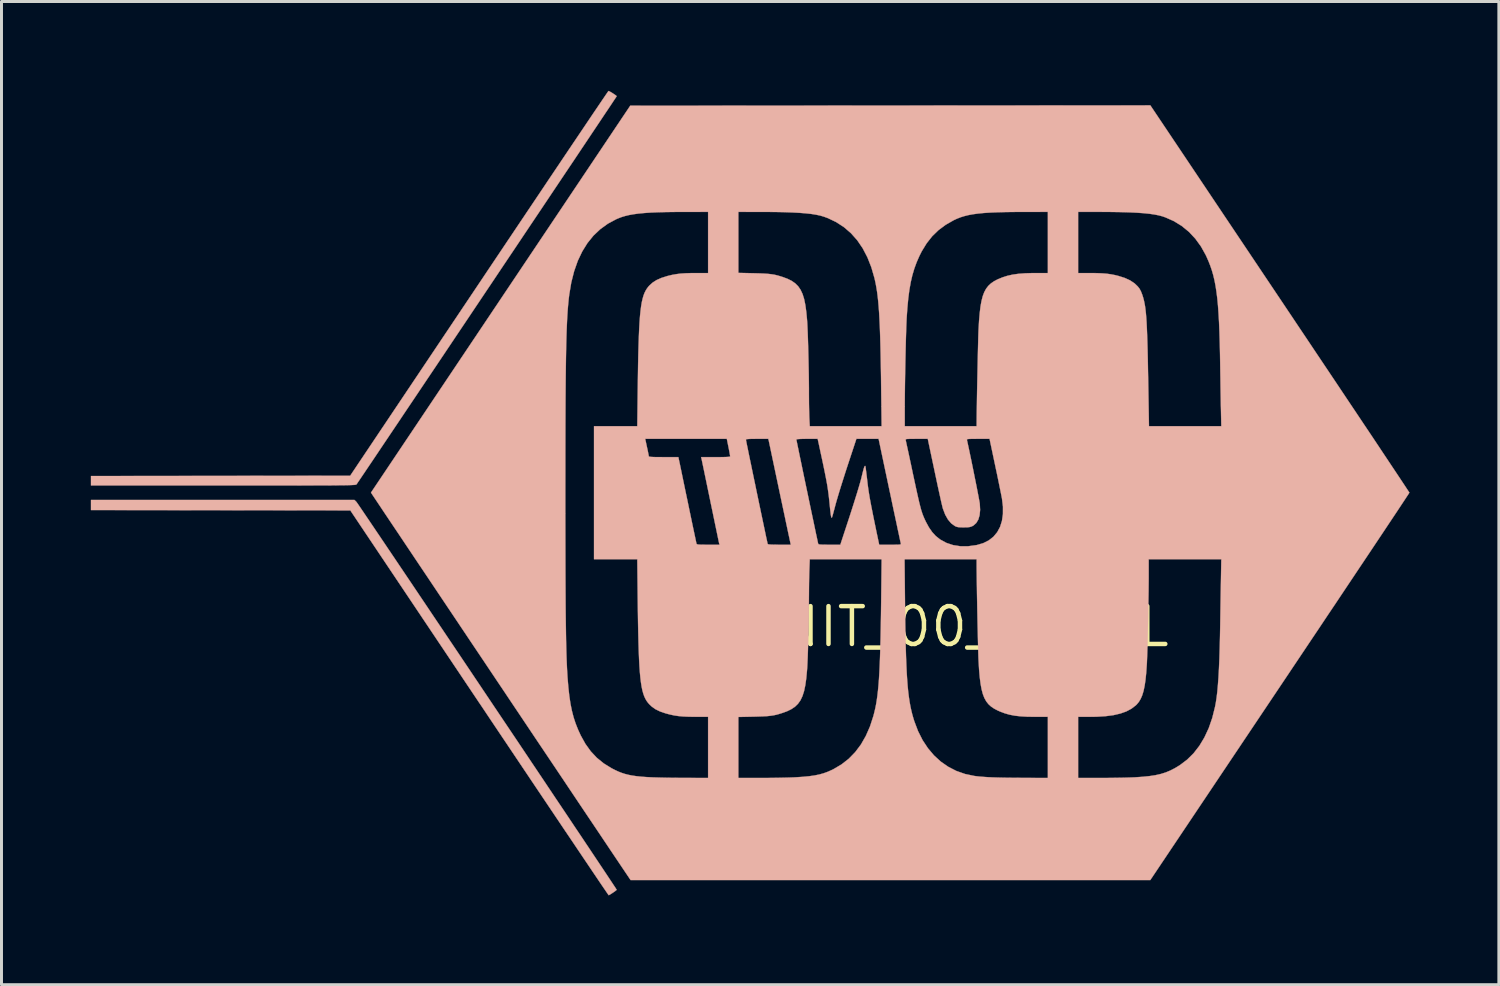
<source format=kicad_pcb>
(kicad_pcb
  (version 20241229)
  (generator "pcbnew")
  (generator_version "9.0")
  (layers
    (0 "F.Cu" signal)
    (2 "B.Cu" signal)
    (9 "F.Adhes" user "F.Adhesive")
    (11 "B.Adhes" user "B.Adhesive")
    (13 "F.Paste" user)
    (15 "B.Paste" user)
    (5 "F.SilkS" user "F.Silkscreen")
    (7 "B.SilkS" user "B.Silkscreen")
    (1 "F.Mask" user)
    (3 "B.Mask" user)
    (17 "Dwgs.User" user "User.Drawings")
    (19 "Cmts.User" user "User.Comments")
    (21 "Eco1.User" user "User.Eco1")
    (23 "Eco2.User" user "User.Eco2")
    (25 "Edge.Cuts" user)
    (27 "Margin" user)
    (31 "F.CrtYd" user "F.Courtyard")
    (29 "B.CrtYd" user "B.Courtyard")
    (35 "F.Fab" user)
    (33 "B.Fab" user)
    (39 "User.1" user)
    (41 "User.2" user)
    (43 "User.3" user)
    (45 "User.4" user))
  (footprint "UNIT_00_DECAL"
    (layer "F.Cu")
    (at 29.003 17.993)
    (property "Reference" "UNIT_00_DECAL" (at 0 0 0) (layer "F.SilkS") (effects (font (size 1.27 1.27) (thickness 0.15))))
    (attr through_hole)
    (fp_poly (pts (xy -20.09 -4.196) (xy -20.075 -4.176) (xy -20.037 -4.122) (xy -19.978 -4.036) (xy -19.899 -3.919) (xy -19.8 -3.773) (xy -19.683 -3.6) (xy -19.548 -3.4) (xy -19.397 -3.176) (xy -19.23 -2.929) (xy -19.049 -2.66) (xy -18.854 -2.371) (xy -18.647 -2.063) (xy -18.428 -1.738) (xy -18.199 -1.398) (xy -17.961 -1.043) (xy -17.714 -0.676) (xy -17.46 -0.297) (xy -17.199 0.091) (xy -16.933 0.487) (xy -16.662 0.89) (xy -16.388 1.298) (xy -16.112 1.71) (xy -15.834 2.124) (xy -15.556 2.539) (xy -15.278 2.953) (xy -15.002 3.364) (xy -14.728 3.772) (xy -14.458 4.175) (xy -14.193 4.571) (xy -13.933 4.958) (xy -13.68 5.336) (xy -13.435 5.703) (xy -13.198 6.056) (xy -12.97 6.396) (xy -12.754 6.72) (xy -12.548 7.026) (xy -12.356 7.314) (xy -12.177 7.582) (xy -12.013 7.828) (xy -11.864 8.051) (xy -11.732 8.249) (xy -11.618 8.421) (xy -11.522 8.565) (xy -11.446 8.68) (xy -11.39 8.764) (xy -11.357 8.817) (xy -11.345 8.835) (xy -11.362 8.852) (xy -11.403 8.884) (xy -11.459 8.923) (xy -11.519 8.963) (xy -11.572 8.996) (xy -11.607 9.015) (xy -11.614 9.017) (xy -11.627 9) (xy -11.663 8.948) (xy -11.72 8.864) (xy -11.799 8.749) (xy -11.898 8.603) (xy -12.016 8.428) (xy -12.153 8.225) (xy -12.307 7.996) (xy -12.479 7.741) (xy -12.666 7.463) (xy -12.869 7.161) (xy -13.087 6.838) (xy -13.318 6.494) (xy -13.562 6.131) (xy -13.818 5.75) (xy -14.085 5.353) (xy -14.362 4.94) (xy -14.649 4.512) (xy -14.944 4.072) (xy -15.248 3.619) (xy -15.558 3.157) (xy -15.874 2.684) (xy -15.961 2.556) (xy -20.29 -3.905) (xy -28.998 -3.916) (xy -28.998 -4.255) (xy -20.151 -4.255) (xy -20.09 -4.196)) (stroke (width 0.01) (type solid)) (fill yes) (layer "B.SilkS"))
    (fp_poly (pts (xy -11.597 -17.98) (xy -11.55 -17.954) (xy -11.491 -17.919) (xy -11.43 -17.879) (xy -11.379 -17.844) (xy -11.349 -17.819) (xy -11.345 -17.813) (xy -11.357 -17.794) (xy -11.391 -17.743) (xy -11.447 -17.659) (xy -11.523 -17.544) (xy -11.619 -17.4) (xy -11.734 -17.229) (xy -11.866 -17.031) (xy -12.015 -16.808) (xy -12.179 -16.563) (xy -12.358 -16.295) (xy -12.55 -16.008) (xy -12.755 -15.701) (xy -12.972 -15.378) (xy -13.199 -15.039) (xy -13.436 -14.685) (xy -13.681 -14.319) (xy -13.934 -13.941) (xy -14.194 -13.554) (xy -14.459 -13.158) (xy -14.728 -12.756) (xy -15.002 -12.348) (xy -15.278 -11.936) (xy -15.555 -11.522) (xy -15.833 -11.108) (xy -16.11 -10.694) (xy -16.386 -10.282) (xy -16.66 -9.874) (xy -16.93 -9.471) (xy -17.196 -9.074) (xy -17.456 -8.686) (xy -17.71 -8.308) (xy -17.957 -7.94) (xy -18.195 -7.585) (xy -18.424 -7.245) (xy -18.642 -6.919) (xy -18.849 -6.611) (xy -19.043 -6.322) (xy -19.224 -6.053) (xy -19.39 -5.805) (xy -19.541 -5.58) (xy -19.676 -5.38) (xy -19.793 -5.206) (xy -19.892 -5.059) (xy -19.971 -4.942) (xy -20.03 -4.855) (xy -20.067 -4.8) (xy -20.082 -4.779) (xy -20.082 -4.778) (xy -20.087 -4.774) (xy -20.097 -4.77) (xy -20.111 -4.767) (xy -20.134 -4.763) (xy -20.165 -4.76) (xy -20.207 -4.758) (xy -20.261 -4.755) (xy -20.329 -4.753) (xy -20.413 -4.751) (xy -20.515 -4.749) (xy -20.636 -4.748) (xy -20.777 -4.747) (xy -20.941 -4.745) (xy -21.13 -4.744) (xy -21.344 -4.744) (xy -21.586 -4.743) (xy -21.857 -4.743) (xy -22.159 -4.742) (xy -22.494 -4.742) (xy -22.863 -4.742) (xy -23.268 -4.741) (xy -23.711 -4.741) (xy -24.194 -4.741) (xy -24.557 -4.741) (xy -28.998 -4.741) (xy -28.998 -5.059) (xy -20.294 -5.069) (xy -15.967 -11.525) (xy -15.649 -12) (xy -15.337 -12.465) (xy -15.032 -12.92) (xy -14.734 -13.364) (xy -14.445 -13.795) (xy -14.165 -14.212) (xy -13.895 -14.614) (xy -13.637 -15) (xy -13.389 -15.368) (xy -13.155 -15.717) (xy -12.934 -16.046) (xy -12.727 -16.353) (xy -12.535 -16.638) (xy -12.359 -16.9) (xy -12.2 -17.136) (xy -12.058 -17.346) (xy -11.934 -17.529) (xy -11.83 -17.683) (xy -11.746 -17.807) (xy -11.683 -17.899) (xy -11.641 -17.96) (xy -11.622 -17.987) (xy -11.621 -17.988) (xy -11.597 -17.98)) (stroke (width 0.01) (type solid)) (fill yes) (layer "B.SilkS"))
    (fp_poly (pts (xy 10.923 -11.015) (xy 11.242 -10.539) (xy 11.554 -10.072) (xy 11.86 -9.616) (xy 12.158 -9.17) (xy 12.448 -8.737) (xy 12.728 -8.319) (xy 12.998 -7.915) (xy 13.257 -7.527) (xy 13.505 -7.157) (xy 13.739 -6.806) (xy 13.961 -6.475) (xy 14.168 -6.165) (xy 14.359 -5.877) (xy 14.535 -5.613) (xy 14.694 -5.374) (xy 14.836 -5.161) (xy 14.959 -4.976) (xy 15.063 -4.819) (xy 15.147 -4.692) (xy 15.21 -4.596) (xy 15.252 -4.533) (xy 15.271 -4.502) (xy 15.272 -4.5) (xy 15.26 -4.481) (xy 15.226 -4.428) (xy 15.169 -4.342) (xy 15.092 -4.225) (xy 14.994 -4.077) (xy 14.877 -3.9) (xy 14.741 -3.696) (xy 14.587 -3.465) (xy 14.417 -3.209) (xy 14.23 -2.929) (xy 14.028 -2.626) (xy 13.811 -2.301) (xy 13.58 -1.956) (xy 13.337 -1.592) (xy 13.081 -1.209) (xy 12.815 -0.81) (xy 12.537 -0.396) (xy 12.251 0.033) (xy 11.955 0.474) (xy 11.652 0.927) (xy 11.341 1.391) (xy 11.024 1.865) (xy 10.922 2.017) (xy 6.572 8.509) (xy -2.153 8.509) (xy -10.878 8.509) (xy -11.564 7.488) (xy -11.641 7.372) (xy -11.739 7.226) (xy -11.857 7.05) (xy -11.993 6.847) (xy -12.146 6.619) (xy -12.316 6.366) (xy -12.5 6.092) (xy -12.698 5.797) (xy -12.908 5.483) (xy -13.129 5.152) (xy -13.361 4.806) (xy -13.602 4.447) (xy -13.851 4.076) (xy -14.107 3.695) (xy -14.368 3.305) (xy -14.633 2.909) (xy -14.902 2.508) (xy -15.172 2.104) (xy -15.444 1.699) (xy -15.715 1.294) (xy -15.985 0.891) (xy -16.253 0.492) (xy -16.516 0.099) (xy -16.775 -0.288) (xy -17.028 -0.665) (xy -17.273 -1.031) (xy -17.51 -1.385) (xy -17.737 -1.724) (xy -17.954 -2.047) (xy -18.159 -2.353) (xy -18.351 -2.64) (xy -18.528 -2.905) (xy -18.69 -3.147) (xy -18.836 -3.364) (xy -18.964 -3.555) (xy -19.073 -3.718) (xy -19.162 -3.851) (xy -19.23 -3.953) (xy -19.275 -4.021) (xy -19.277 -4.024) (xy -19.523 -4.392) (xy -13.07 -4.392) (xy -13.07 -3.8) (xy -13.069 -3.249) (xy -13.068 -2.737) (xy -13.067 -2.261) (xy -13.066 -1.821) (xy -13.064 -1.414) (xy -13.062 -1.039) (xy -13.06 -0.693) (xy -13.057 -0.375) (xy -13.053 -0.084) (xy -13.049 0.183) (xy -13.045 0.428) (xy -13.04 0.651) (xy -13.035 0.856) (xy -13.029 1.044) (xy -13.022 1.216) (xy -13.015 1.374) (xy -13.007 1.521) (xy -12.999 1.657) (xy -12.995 1.714) (xy -12.968 2.039) (xy -12.936 2.328) (xy -12.897 2.588) (xy -12.849 2.825) (xy -12.792 3.045) (xy -12.723 3.254) (xy -12.641 3.46) (xy -12.553 3.652) (xy -12.396 3.935) (xy -12.217 4.184) (xy -12.013 4.402) (xy -11.78 4.591) (xy -11.515 4.755) (xy -11.393 4.817) (xy -11.29 4.865) (xy -11.186 4.906) (xy -11.077 4.942) (xy -10.961 4.972) (xy -10.833 4.998) (xy -10.69 5.019) (xy -10.528 5.036) (xy -10.344 5.05) (xy -10.135 5.06) (xy -9.895 5.067) (xy -9.623 5.073) (xy -9.315 5.076) (xy -9.107 5.077) (xy -8.276 5.08) (xy -8.276 3.032) (xy -7.26 3.032) (xy -7.26 5.08) (xy -6.493 5.08) (xy -6.296 5.079) (xy -6.094 5.077) (xy -5.896 5.074) (xy -5.71 5.07) (xy -5.545 5.066) (xy -5.409 5.061) (xy -5.345 5.058) (xy -5.098 5.042) (xy -4.886 5.022) (xy -4.703 4.996) (xy -4.541 4.963) (xy -4.394 4.922) (xy -4.254 4.871) (xy -4.114 4.808) (xy -4.069 4.786) (xy -3.798 4.626) (xy -3.554 4.436) (xy -3.337 4.213) (xy -3.145 3.958) (xy -2.98 3.67) (xy -2.839 3.349) (xy -2.724 2.994) (xy -2.69 2.86) (xy -2.661 2.736) (xy -2.635 2.605) (xy -2.612 2.465) (xy -2.591 2.314) (xy -2.572 2.149) (xy -2.555 1.967) (xy -2.539 1.765) (xy -2.526 1.543) (xy -2.514 1.296) (xy -2.503 1.023) (xy -2.494 0.721) (xy -2.485 0.387) (xy -2.478 0.019) (xy -2.471 -0.385) (xy -2.465 -0.828) (xy -2.463 -1) (xy -2.449 -2.265) (xy -1.679 -2.265) (xy -1.665 -0.905) (xy -1.66 -0.447) (xy -1.654 -0.03) (xy -1.647 0.351) (xy -1.639 0.696) (xy -1.629 1.01) (xy -1.618 1.294) (xy -1.606 1.552) (xy -1.591 1.784) (xy -1.575 1.995) (xy -1.556 2.187) (xy -1.534 2.362) (xy -1.51 2.523) (xy -1.483 2.672) (xy -1.453 2.812) (xy -1.42 2.946) (xy -1.383 3.076) (xy -1.352 3.175) (xy -1.226 3.508) (xy -1.073 3.811) (xy -0.893 4.083) (xy -0.689 4.324) (xy -0.461 4.532) (xy -0.21 4.706) (xy 0.061 4.845) (xy 0.353 4.947) (xy 0.663 5.012) (xy 0.699 5.017) (xy 0.819 5.031) (xy 0.95 5.042) (xy 1.096 5.052) (xy 1.261 5.06) (xy 1.449 5.066) (xy 1.665 5.071) (xy 1.914 5.074) (xy 2.199 5.076) (xy 2.302 5.077) (xy 3.133 5.08) (xy 3.133 3.027) (xy 4.149 3.027) (xy 4.149 5.08) (xy 4.895 5.08) (xy 5.091 5.079) (xy 5.294 5.077) (xy 5.494 5.074) (xy 5.682 5.071) (xy 5.85 5.066) (xy 5.989 5.061) (xy 6.042 5.059) (xy 6.309 5.041) (xy 6.541 5.018) (xy 6.744 4.987) (xy 6.925 4.946) (xy 7.091 4.894) (xy 7.248 4.829) (xy 7.402 4.749) (xy 7.562 4.652) (xy 7.572 4.645) (xy 7.811 4.464) (xy 8.028 4.249) (xy 8.221 4) (xy 8.39 3.718) (xy 8.535 3.407) (xy 8.653 3.065) (xy 8.745 2.697) (xy 8.773 2.551) (xy 8.799 2.38) (xy 8.823 2.182) (xy 8.843 1.956) (xy 8.862 1.698) (xy 8.878 1.408) (xy 8.892 1.083) (xy 8.903 0.721) (xy 8.913 0.321) (xy 8.921 -0.116) (xy 8.924 -0.335) (xy 8.928 -0.576) (xy 8.932 -0.826) (xy 8.936 -1.075) (xy 8.94 -1.31) (xy 8.944 -1.518) (xy 8.945 -1.582) (xy 8.957 -2.265) (xy 6.519 -2.265) (xy 6.519 -1.783) (xy 6.519 -1.612) (xy 6.517 -1.413) (xy 6.515 -1.192) (xy 6.511 -0.954) (xy 6.507 -0.705) (xy 6.503 -0.448) (xy 6.498 -0.19) (xy 6.492 0.064) (xy 6.486 0.31) (xy 6.481 0.541) (xy 6.475 0.753) (xy 6.469 0.941) (xy 6.463 1.1) (xy 6.458 1.224) (xy 6.455 1.27) (xy 6.436 1.546) (xy 6.412 1.783) (xy 6.382 1.986) (xy 6.346 2.158) (xy 6.302 2.303) (xy 6.249 2.425) (xy 6.187 2.528) (xy 6.114 2.615) (xy 6.083 2.644) (xy 5.939 2.754) (xy 5.769 2.845) (xy 5.569 2.916) (xy 5.339 2.97) (xy 5.075 3.005) (xy 4.775 3.024) (xy 4.577 3.027) (xy 4.149 3.027) (xy 3.133 3.027) (xy 2.691 3.027) (xy 2.435 3.023) (xy 2.213 3.01) (xy 2.018 2.988) (xy 1.843 2.954) (xy 1.68 2.907) (xy 1.522 2.847) (xy 1.45 2.815) (xy 1.331 2.753) (xy 1.228 2.684) (xy 1.139 2.603) (xy 1.064 2.508) (xy 1.001 2.395) (xy 0.949 2.26) (xy 0.907 2.1) (xy 0.873 1.913) (xy 0.845 1.693) (xy 0.823 1.438) (xy 0.806 1.145) (xy 0.805 1.132) (xy 0.801 1.044) (xy 0.797 0.918) (xy 0.793 0.76) (xy 0.788 0.573) (xy 0.783 0.364) (xy 0.778 0.137) (xy 0.772 -0.103) (xy 0.767 -0.351) (xy 0.762 -0.603) (xy 0.758 -0.853) (xy 0.753 -1.097) (xy 0.75 -1.33) (xy 0.746 -1.547) (xy 0.744 -1.742) (xy 0.742 -1.912) (xy 0.741 -2.051) (xy 0.741 -2.09) (xy 0.741 -2.265) (xy -1.679 -2.265) (xy -2.449 -2.265) (xy -4.862 -2.265) (xy -4.876 -1.912) (xy -4.88 -1.788) (xy -4.883 -1.633) (xy -4.886 -1.458) (xy -4.888 -1.274) (xy -4.889 -1.093) (xy -4.89 -0.997) (xy -4.891 -0.8) (xy -4.893 -0.582) (xy -4.896 -0.349) (xy -4.9 -0.107) (xy -4.906 0.139) (xy -4.912 0.383) (xy -4.918 0.618) (xy -4.925 0.84) (xy -4.932 1.041) (xy -4.94 1.218) (xy -4.947 1.363) (xy -4.954 1.46) (xy -4.979 1.732) (xy -5.012 1.966) (xy -5.054 2.165) (xy -5.108 2.333) (xy -5.175 2.474) (xy -5.259 2.591) (xy -5.36 2.689) (xy -5.481 2.77) (xy -5.624 2.84) (xy -5.779 2.896) (xy -5.887 2.93) (xy -5.984 2.957) (xy -6.08 2.977) (xy -6.181 2.992) (xy -6.295 3.004) (xy -6.43 3.011) (xy -6.594 3.017) (xy -6.736 3.021) (xy -7.26 3.032) (xy -8.276 3.032) (xy -8.276 3.027) (xy -8.705 3.027) (xy -8.921 3.024) (xy -9.105 3.016) (xy -9.266 3.002) (xy -9.415 2.98) (xy -9.561 2.948) (xy -9.705 2.91) (xy -9.889 2.847) (xy -10.041 2.773) (xy -10.167 2.684) (xy -10.254 2.601) (xy -10.303 2.544) (xy -10.347 2.482) (xy -10.386 2.413) (xy -10.422 2.334) (xy -10.454 2.242) (xy -10.483 2.137) (xy -10.508 2.016) (xy -10.53 1.876) (xy -10.55 1.715) (xy -10.567 1.532) (xy -10.582 1.324) (xy -10.594 1.088) (xy -10.605 0.823) (xy -10.614 0.526) (xy -10.622 0.195) (xy -10.629 -0.171) (xy -10.635 -0.576) (xy -10.64 -0.968) (xy -10.654 -2.265) (xy -12.107 -2.265) (xy -12.107 -6.308) (xy -10.388 -6.308) (xy -10.328 -6.027) (xy -10.305 -5.922) (xy -10.287 -5.831) (xy -10.273 -5.762) (xy -10.267 -5.724) (xy -10.266 -5.72) (xy -10.257 -5.711) (xy -10.225 -5.705) (xy -10.168 -5.7) (xy -10.08 -5.696) (xy -9.959 -5.695) (xy -9.801 -5.694) (xy -9.77 -5.694) (xy -9.275 -5.694) (xy -9.253 -5.593) (xy -9.245 -5.555) (xy -9.229 -5.48) (xy -9.206 -5.37) (xy -9.177 -5.231) (xy -9.143 -5.065) (xy -9.104 -4.877) (xy -9.061 -4.67) (xy -9.015 -4.449) (xy -8.966 -4.217) (xy -8.954 -4.159) (xy -8.906 -3.927) (xy -8.86 -3.707) (xy -8.817 -3.501) (xy -8.778 -3.315) (xy -8.743 -3.151) (xy -8.714 -3.014) (xy -8.691 -2.905) (xy -8.675 -2.83) (xy -8.667 -2.792) (xy -8.666 -2.789) (xy -8.658 -2.775) (xy -8.641 -2.766) (xy -8.608 -2.759) (xy -8.554 -2.755) (xy -8.473 -2.753) (xy -8.359 -2.752) (xy -8.274 -2.752) (xy -7.894 -2.752) (xy -7.905 -2.799) (xy -7.912 -2.828) (xy -7.926 -2.894) (xy -7.947 -2.995) (xy -7.974 -3.126) (xy -8.007 -3.285) (xy -8.045 -3.467) (xy -8.087 -3.669) (xy -8.132 -3.888) (xy -8.181 -4.12) (xy -8.202 -4.223) (xy -8.251 -4.459) (xy -8.298 -4.684) (xy -8.341 -4.894) (xy -8.381 -5.085) (xy -8.416 -5.254) (xy -8.446 -5.398) (xy -8.47 -5.512) (xy -8.487 -5.594) (xy -8.497 -5.639) (xy -8.499 -5.646) (xy -8.51 -5.694) (xy -8.023 -5.694) (xy -7.859 -5.694) (xy -7.734 -5.696) (xy -7.642 -5.699) (xy -7.582 -5.704) (xy -7.547 -5.71) (xy -7.535 -5.719) (xy -7.535 -5.72) (xy -7.539 -5.75) (xy -7.55 -5.813) (xy -7.566 -5.9) (xy -7.586 -6.002) (xy -7.591 -6.027) (xy -7.642 -6.281) (xy -7.006 -6.281) (xy -7.002 -6.257) (xy -6.99 -6.196) (xy -6.971 -6.1) (xy -6.945 -5.975) (xy -6.914 -5.822) (xy -6.878 -5.647) (xy -6.837 -5.453) (xy -6.794 -5.244) (xy -6.748 -5.022) (xy -6.7 -4.793) (xy -6.652 -4.56) (xy -6.603 -4.326) (xy -6.555 -4.096) (xy -6.508 -3.872) (xy -6.463 -3.659) (xy -6.421 -3.46) (xy -6.383 -3.28) (xy -6.35 -3.121) (xy -6.322 -2.988) (xy -6.299 -2.885) (xy -6.284 -2.814) (xy -6.276 -2.78) (xy -6.276 -2.778) (xy -6.261 -2.768) (xy -6.222 -2.761) (xy -6.154 -2.756) (xy -6.053 -2.753) (xy -5.915 -2.752) (xy -5.883 -2.752) (xy -5.499 -2.752) (xy -5.51 -2.799) (xy -5.516 -2.827) (xy -5.53 -2.893) (xy -5.551 -2.994) (xy -5.58 -3.127) (xy -5.614 -3.289) (xy -5.654 -3.476) (xy -5.698 -3.686) (xy -5.747 -3.916) (xy -5.799 -4.161) (xy -5.854 -4.42) (xy -5.887 -4.577) (xy -6.248 -6.287) (xy -5.313 -6.287) (xy -5.309 -6.264) (xy -5.296 -6.203) (xy -5.277 -6.108) (xy -5.251 -5.983) (xy -5.22 -5.831) (xy -5.184 -5.657) (xy -5.143 -5.463) (xy -5.1 -5.254) (xy -5.054 -5.033) (xy -5.006 -4.804) (xy -4.957 -4.571) (xy -4.908 -4.338) (xy -4.86 -4.107) (xy -4.813 -3.884) (xy -4.768 -3.671) (xy -4.726 -3.473) (xy -4.688 -3.292) (xy -4.655 -3.133) (xy -4.626 -3) (xy -4.604 -2.896) (xy -4.589 -2.825) (xy -4.581 -2.791) (xy -4.58 -2.789) (xy -4.573 -2.775) (xy -4.555 -2.765) (xy -4.522 -2.759) (xy -4.467 -2.755) (xy -4.385 -2.753) (xy -4.268 -2.752) (xy -4.203 -2.752) (xy -3.836 -2.752) (xy -3.518 -3.72) (xy -3.451 -3.928) (xy -3.385 -4.136) (xy -3.322 -4.337) (xy -3.263 -4.526) (xy -3.212 -4.697) (xy -3.169 -4.844) (xy -3.137 -4.962) (xy -3.121 -5.027) (xy -3.087 -5.168) (xy -3.06 -5.271) (xy -3.039 -5.342) (xy -3.022 -5.383) (xy -3.008 -5.399) (xy -2.996 -5.395) (xy -2.991 -5.372) (xy -2.982 -5.313) (xy -2.971 -5.225) (xy -2.957 -5.112) (xy -2.941 -4.981) (xy -2.933 -4.91) (xy -2.92 -4.798) (xy -2.906 -4.69) (xy -2.891 -4.582) (xy -2.873 -4.469) (xy -2.853 -4.346) (xy -2.828 -4.21) (xy -2.799 -4.056) (xy -2.764 -3.881) (xy -2.724 -3.679) (xy -2.676 -3.446) (xy -2.621 -3.178) (xy -2.59 -3.032) (xy -2.531 -2.752) (xy -2.163 -2.752) (xy -2.03 -2.752) (xy -1.934 -2.753) (xy -1.869 -2.755) (xy -1.829 -2.76) (xy -1.809 -2.767) (xy -1.803 -2.778) (xy -1.805 -2.794) (xy -1.805 -2.795) (xy -1.811 -2.821) (xy -1.826 -2.887) (xy -1.847 -2.987) (xy -1.875 -3.119) (xy -1.91 -3.28) (xy -1.949 -3.468) (xy -1.994 -3.677) (xy -2.043 -3.906) (xy -2.095 -4.152) (xy -2.149 -4.411) (xy -2.184 -4.573) (xy -2.545 -6.281) (xy -1.644 -6.281) (xy -1.643 -6.271) (xy -1.636 -6.243) (xy -1.622 -6.178) (xy -1.601 -6.08) (xy -1.573 -5.953) (xy -1.54 -5.801) (xy -1.503 -5.627) (xy -1.462 -5.437) (xy -1.419 -5.233) (xy -1.408 -5.179) (xy -1.35 -4.909) (xy -1.3 -4.676) (xy -1.256 -4.477) (xy -1.218 -4.308) (xy -1.185 -4.165) (xy -1.154 -4.044) (xy -1.127 -3.942) (xy -1.1 -3.855) (xy -1.075 -3.779) (xy -1.048 -3.71) (xy -1.02 -3.644) (xy -0.989 -3.577) (xy -0.964 -3.524) (xy -0.86 -3.333) (xy -0.752 -3.177) (xy -0.634 -3.048) (xy -0.5 -2.94) (xy -0.478 -2.925) (xy -0.273 -2.813) (xy -0.049 -2.739) (xy 0.195 -2.701) (xy 0.456 -2.701) (xy 0.734 -2.739) (xy 0.751 -2.742) (xy 0.964 -2.805) (xy 1.149 -2.898) (xy 1.305 -3.02) (xy 1.431 -3.171) (xy 1.527 -3.348) (xy 1.591 -3.551) (xy 1.624 -3.779) (xy 1.625 -4.03) (xy 1.592 -4.303) (xy 1.591 -4.307) (xy 1.578 -4.374) (xy 1.558 -4.477) (xy 1.531 -4.609) (xy 1.499 -4.766) (xy 1.463 -4.942) (xy 1.424 -5.131) (xy 1.382 -5.327) (xy 1.364 -5.413) (xy 1.175 -6.308) (xy 0.79 -6.308) (xy 0.654 -6.307) (xy 0.555 -6.306) (xy 0.486 -6.304) (xy 0.444 -6.299) (xy 0.422 -6.292) (xy 0.414 -6.282) (xy 0.415 -6.271) (xy 0.434 -6.189) (xy 0.458 -6.076) (xy 0.488 -5.937) (xy 0.521 -5.778) (xy 0.558 -5.602) (xy 0.596 -5.416) (xy 0.635 -5.224) (xy 0.673 -5.033) (xy 0.711 -4.846) (xy 0.746 -4.67) (xy 0.777 -4.509) (xy 0.804 -4.369) (xy 0.825 -4.255) (xy 0.84 -4.173) (xy 0.847 -4.127) (xy 0.858 -3.922) (xy 0.841 -3.745) (xy 0.798 -3.598) (xy 0.728 -3.481) (xy 0.633 -3.396) (xy 0.607 -3.382) (xy 0.557 -3.359) (xy 0.503 -3.345) (xy 0.433 -3.337) (xy 0.335 -3.335) (xy 0.307 -3.334) (xy 0.202 -3.336) (xy 0.128 -3.341) (xy 0.073 -3.353) (xy 0.025 -3.372) (xy 0.011 -3.38) (xy -0.112 -3.469) (xy -0.221 -3.597) (xy -0.314 -3.761) (xy -0.389 -3.958) (xy -0.396 -3.979) (xy -0.408 -4.027) (xy -0.428 -4.111) (xy -0.455 -4.227) (xy -0.487 -4.372) (xy -0.524 -4.54) (xy -0.565 -4.727) (xy -0.608 -4.929) (xy -0.653 -5.141) (xy -0.668 -5.212) (xy -0.9 -6.308) (xy -1.277 -6.308) (xy -1.412 -6.307) (xy -1.51 -6.306) (xy -1.576 -6.304) (xy -1.617 -6.299) (xy -1.638 -6.291) (xy -1.644 -6.281) (xy -2.545 -6.281) (xy -2.551 -6.308) (xy -2.923 -6.308) (xy -3.296 -6.308) (xy -3.596 -5.399) (xy -3.663 -5.193) (xy -3.73 -4.983) (xy -3.795 -4.778) (xy -3.856 -4.582) (xy -3.91 -4.403) (xy -3.956 -4.248) (xy -3.991 -4.124) (xy -4.002 -4.082) (xy -4.035 -3.957) (xy -4.065 -3.846) (xy -4.089 -3.757) (xy -4.108 -3.694) (xy -4.117 -3.665) (xy -4.118 -3.664) (xy -4.128 -3.66) (xy -4.138 -3.673) (xy -4.147 -3.708) (xy -4.157 -3.768) (xy -4.168 -3.859) (xy -4.182 -3.984) (xy -4.192 -4.089) (xy -4.205 -4.218) (xy -4.218 -4.337) (xy -4.231 -4.448) (xy -4.246 -4.558) (xy -4.262 -4.669) (xy -4.281 -4.786) (xy -4.304 -4.914) (xy -4.332 -5.056) (xy -4.364 -5.218) (xy -4.402 -5.402) (xy -4.447 -5.615) (xy -4.5 -5.859) (xy -4.56 -6.14) (xy -4.573 -6.197) (xy -4.597 -6.308) (xy -4.955 -6.308) (xy -5.085 -6.307) (xy -5.191 -6.303) (xy -5.266 -6.298) (xy -5.307 -6.292) (xy -5.313 -6.287) (xy -6.248 -6.287) (xy -6.252 -6.308) (xy -6.629 -6.308) (xy -6.772 -6.307) (xy -6.876 -6.305) (xy -6.947 -6.3) (xy -6.989 -6.294) (xy -7.006 -6.284) (xy -7.006 -6.281) (xy -7.642 -6.281) (xy -7.647 -6.308) (xy -10.388 -6.308) (xy -12.107 -6.308) (xy -12.107 -6.731) (xy -10.654 -6.731) (xy -10.639 -7.953) (xy -10.633 -8.388) (xy -10.627 -8.783) (xy -10.62 -9.14) (xy -10.611 -9.462) (xy -10.601 -9.75) (xy -10.59 -10.007) (xy -10.577 -10.235) (xy -10.562 -10.436) (xy -10.544 -10.612) (xy -10.524 -10.767) (xy -10.501 -10.901) (xy -10.474 -11.017) (xy -10.445 -11.118) (xy -10.412 -11.205) (xy -10.374 -11.282) (xy -10.333 -11.349) (xy -10.288 -11.41) (xy -10.251 -11.452) (xy -10.139 -11.554) (xy -10.006 -11.639) (xy -9.844 -11.711) (xy -9.648 -11.773) (xy -9.63 -11.778) (xy -9.488 -11.812) (xy -9.348 -11.837) (xy -9.202 -11.856) (xy -9.039 -11.867) (xy -8.851 -11.873) (xy -8.674 -11.874) (xy -8.276 -11.874) (xy -8.276 -11.88) (xy -7.26 -11.88) (xy -6.736 -11.868) (xy -6.544 -11.863) (xy -6.387 -11.856) (xy -6.257 -11.847) (xy -6.146 -11.834) (xy -6.046 -11.818) (xy -5.949 -11.795) (xy -5.849 -11.766) (xy -5.779 -11.744) (xy -5.613 -11.683) (xy -5.471 -11.613) (xy -5.352 -11.53) (xy -5.252 -11.431) (xy -5.171 -11.313) (xy -5.104 -11.17) (xy -5.051 -11.001) (xy -5.01 -10.8) (xy -4.978 -10.564) (xy -4.954 -10.308) (xy -4.946 -10.196) (xy -4.939 -10.046) (xy -4.931 -9.866) (xy -4.924 -9.661) (xy -4.917 -9.437) (xy -4.911 -9.198) (xy -4.905 -8.952) (xy -4.9 -8.704) (xy -4.895 -8.459) (xy -4.892 -8.223) (xy -4.89 -8.002) (xy -4.89 -7.83) (xy -4.889 -7.66) (xy -4.888 -7.489) (xy -4.885 -7.326) (xy -4.882 -7.18) (xy -4.879 -7.059) (xy -4.876 -6.988) (xy -4.862 -6.731) (xy -2.449 -6.731) (xy -1.672 -6.731) (xy 0.741 -6.731) (xy 0.741 -6.8) (xy 0.742 -6.914) (xy 0.743 -7.061) (xy 0.745 -7.237) (xy 0.749 -7.437) (xy 0.752 -7.655) (xy 0.756 -7.888) (xy 0.761 -8.13) (xy 0.766 -8.376) (xy 0.771 -8.622) (xy 0.776 -8.862) (xy 0.781 -9.092) (xy 0.786 -9.307) (xy 0.791 -9.503) (xy 0.795 -9.673) (xy 0.799 -9.814) (xy 0.803 -9.921) (xy 0.805 -9.97) (xy 0.822 -10.265) (xy 0.844 -10.522) (xy 0.87 -10.744) (xy 0.904 -10.934) (xy 0.945 -11.095) (xy 0.996 -11.231) (xy 1.058 -11.346) (xy 1.132 -11.443) (xy 1.219 -11.525) (xy 1.321 -11.596) (xy 1.439 -11.659) (xy 1.45 -11.664) (xy 1.607 -11.729) (xy 1.77 -11.781) (xy 1.947 -11.821) (xy 2.144 -11.849) (xy 2.367 -11.866) (xy 2.623 -11.874) (xy 2.736 -11.874) (xy 3.133 -11.874) (xy 4.149 -11.874) (xy 4.546 -11.874) (xy 4.762 -11.872) (xy 4.945 -11.865) (xy 5.104 -11.853) (xy 5.248 -11.833) (xy 5.388 -11.806) (xy 5.501 -11.778) (xy 5.713 -11.711) (xy 5.889 -11.631) (xy 6.033 -11.536) (xy 6.071 -11.503) (xy 6.151 -11.425) (xy 6.21 -11.35) (xy 6.257 -11.264) (xy 6.3 -11.154) (xy 6.314 -11.112) (xy 6.338 -11.034) (xy 6.359 -10.952) (xy 6.378 -10.863) (xy 6.396 -10.764) (xy 6.411 -10.652) (xy 6.425 -10.525) (xy 6.437 -10.381) (xy 6.448 -10.215) (xy 6.457 -10.027) (xy 6.466 -9.812) (xy 6.474 -9.568) (xy 6.482 -9.293) (xy 6.489 -8.983) (xy 6.495 -8.636) (xy 6.502 -8.281) (xy 6.528 -6.731) (xy 8.957 -6.731) (xy 8.945 -7.297) (xy 8.941 -7.456) (xy 8.938 -7.647) (xy 8.934 -7.861) (xy 8.93 -8.088) (xy 8.927 -8.319) (xy 8.923 -8.544) (xy 8.921 -8.7) (xy 8.914 -9.135) (xy 8.905 -9.532) (xy 8.894 -9.892) (xy 8.881 -10.218) (xy 8.864 -10.514) (xy 8.845 -10.782) (xy 8.822 -11.025) (xy 8.794 -11.246) (xy 8.763 -11.448) (xy 8.727 -11.633) (xy 8.686 -11.806) (xy 8.639 -11.968) (xy 8.586 -12.122) (xy 8.527 -12.272) (xy 8.462 -12.42) (xy 8.435 -12.478) (xy 8.274 -12.768) (xy 8.084 -13.029) (xy 7.869 -13.259) (xy 7.629 -13.455) (xy 7.365 -13.618) (xy 7.08 -13.744) (xy 6.983 -13.778) (xy 6.86 -13.811) (xy 6.714 -13.84) (xy 6.544 -13.865) (xy 6.345 -13.885) (xy 6.117 -13.901) (xy 5.856 -13.913) (xy 5.561 -13.921) (xy 5.227 -13.926) (xy 4.895 -13.928) (xy 4.149 -13.928) (xy 4.149 -11.874) (xy 3.133 -11.874) (xy 3.133 -13.928) (xy 2.387 -13.927) (xy 2.035 -13.926) (xy 1.721 -13.922) (xy 1.444 -13.915) (xy 1.198 -13.905) (xy 0.981 -13.891) (xy 0.789 -13.872) (xy 0.619 -13.849) (xy 0.467 -13.821) (xy 0.33 -13.787) (xy 0.204 -13.748) (xy 0.086 -13.702) (xy -0.027 -13.65) (xy -0.032 -13.647) (xy -0.301 -13.493) (xy -0.54 -13.315) (xy -0.751 -13.11) (xy -0.937 -12.874) (xy -1.102 -12.605) (xy -1.183 -12.444) (xy -1.273 -12.238) (xy -1.351 -12.026) (xy -1.417 -11.804) (xy -1.472 -11.566) (xy -1.518 -11.306) (xy -1.555 -11.02) (xy -1.585 -10.702) (xy -1.608 -10.372) (xy -1.614 -10.243) (xy -1.621 -10.078) (xy -1.627 -9.881) (xy -1.634 -9.659) (xy -1.64 -9.416) (xy -1.646 -9.158) (xy -1.652 -8.89) (xy -1.657 -8.619) (xy -1.662 -8.349) (xy -1.666 -8.086) (xy -1.669 -7.836) (xy -1.671 -7.604) (xy -1.672 -7.395) (xy -1.672 -7.34) (xy -1.672 -6.731) (xy -2.449 -6.731) (xy -2.464 -7.932) (xy -2.469 -8.38) (xy -2.476 -8.789) (xy -2.483 -9.16) (xy -2.491 -9.496) (xy -2.5 -9.801) (xy -2.51 -10.076) (xy -2.522 -10.324) (xy -2.534 -10.548) (xy -2.549 -10.751) (xy -2.565 -10.934) (xy -2.583 -11.101) (xy -2.603 -11.253) (xy -2.626 -11.395) (xy -2.65 -11.527) (xy -2.678 -11.654) (xy -2.688 -11.7) (xy -2.794 -12.067) (xy -2.926 -12.402) (xy -3.084 -12.705) (xy -3.268 -12.975) (xy -3.478 -13.212) (xy -3.713 -13.415) (xy -3.974 -13.585) (xy -4.259 -13.721) (xy -4.392 -13.769) (xy -4.51 -13.804) (xy -4.647 -13.833) (xy -4.807 -13.859) (xy -4.991 -13.879) (xy -5.204 -13.896) (xy -5.446 -13.909) (xy -5.722 -13.919) (xy -6.033 -13.925) (xy -6.383 -13.927) (xy -6.514 -13.927) (xy -7.26 -13.928) (xy -7.26 -11.88) (xy -8.276 -11.88) (xy -8.276 -13.928) (xy -9.022 -13.927) (xy -9.373 -13.926) (xy -9.685 -13.922) (xy -9.962 -13.915) (xy -10.206 -13.905) (xy -10.422 -13.89) (xy -10.612 -13.872) (xy -10.781 -13.849) (xy -10.932 -13.822) (xy -11.067 -13.789) (xy -11.191 -13.751) (xy -11.307 -13.706) (xy -11.362 -13.682) (xy -11.642 -13.532) (xy -11.896 -13.348) (xy -12.125 -13.132) (xy -12.327 -12.882) (xy -12.502 -12.6) (xy -12.652 -12.285) (xy -12.774 -11.938) (xy -12.87 -11.56) (xy -12.939 -11.149) (xy -12.942 -11.123) (xy -12.956 -11.008) (xy -12.968 -10.887) (xy -12.98 -10.759) (xy -12.991 -10.621) (xy -13.001 -10.473) (xy -13.01 -10.312) (xy -13.018 -10.137) (xy -13.026 -9.946) (xy -13.033 -9.738) (xy -13.039 -9.51) (xy -13.044 -9.261) (xy -13.049 -8.989) (xy -13.053 -8.692) (xy -13.057 -8.37) (xy -13.06 -8.019) (xy -13.063 -7.639) (xy -13.065 -7.227) (xy -13.067 -6.783) (xy -13.068 -6.303) (xy -13.069 -5.787) (xy -13.069 -5.233) (xy -13.07 -4.639) (xy -13.07 -4.392) (xy -19.523 -4.392) (xy -19.596 -4.502) (xy -15.243 -10.998) (xy -10.89 -17.494) (xy 6.574 -17.505) (xy 10.923 -11.015)) (stroke (width 0.01) (type solid)) (fill yes) (layer "B.SilkS")))
  (gr_rect
    (start -3 -3)
    (end 47.28 30.015)
    (stroke (width 0.1) (type default))
    (fill no)
    (layer "Edge.Cuts")))
</source>
